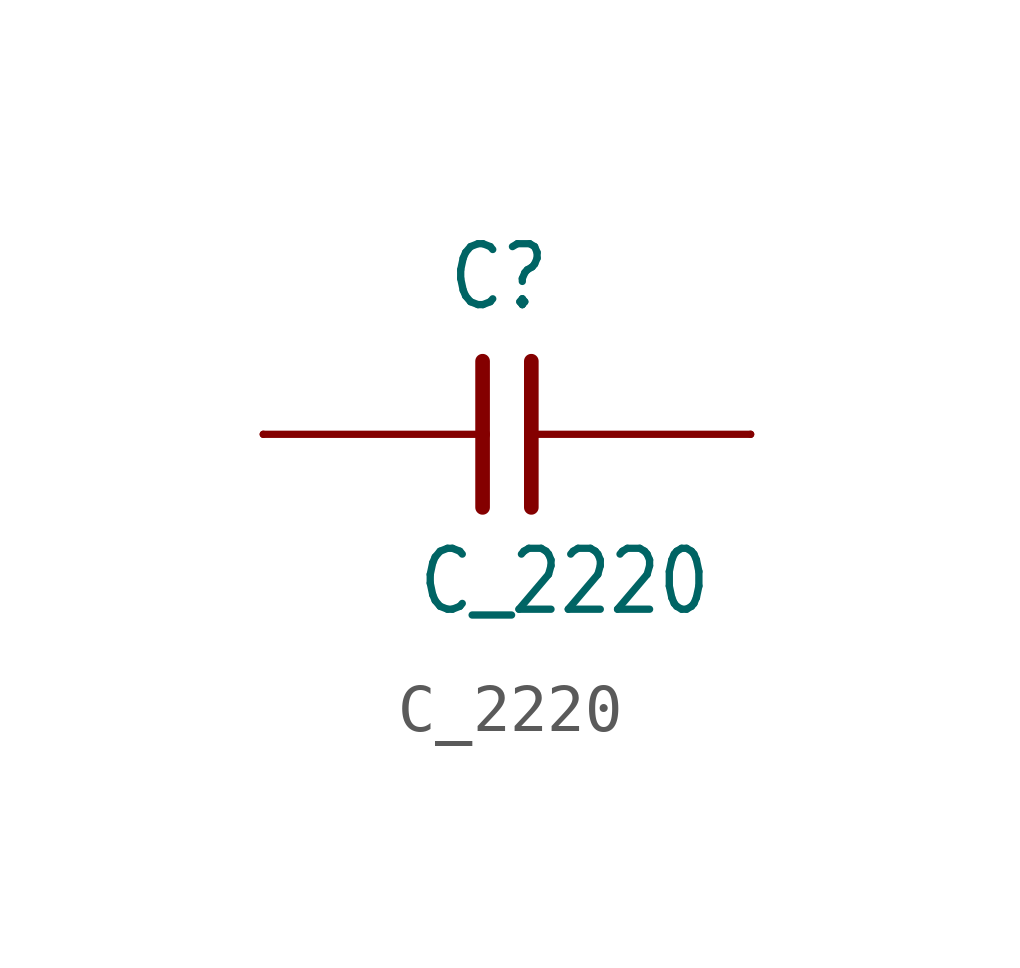
<source format=kicad_sym>
(kicad_symbol_lib
  (version 20201005)
  (generator kicad_symbol_editor)
  (symbol "C_2220"
    (property "Reference" "C"
      (at -1.27 2.54 0)
      (effects (font (size 1.27 1.079)) (justify left bottom)))
    (property "Value" "C_2220"
      (at -1.905 -3.81 0)
      (effects (font (size 1.27 1.079)) (justify left bottom)))
    (property "ki_locked" ""
      (at 0 0 0)
      (effects (font (size 1.27 1.27))))
    (symbol "C_2220_1_0"
      (polyline (pts (xy -5.08 0) (xy -0.508 0)) (stroke (width 0.152)) (fill (type none)))
      (polyline (pts (xy -0.508 1.524) (xy -0.508 0)) (stroke (width 0.305)) (fill (type none)))
      (polyline (pts (xy -0.508 0) (xy -0.508 -1.524)) (stroke (width 0.305)) (fill (type none)))
      (polyline (pts (xy 5.08 0) (xy 0.508 0)) (stroke (width 0.152)) (fill (type none)))
      (polyline (pts (xy 0.508 1.524) (xy 0.508 0)) (stroke (width 0.305)) (fill (type none)))
      (polyline (pts (xy 0.508 0) (xy 0.508 -1.524)) (stroke (width 0.305)) (fill (type none)))
      (pin passive line (at -5.08 0 0) (length 0) (name "1" (effects (font (size 0 0)))) (number "1" (effects (font (size 0 0)))))
      (pin passive line (at 5.08 0 0) (length 0) (name "2" (effects (font (size 0 0)))) (number "2" (effects (font (size 0 0))))))))
</source>
